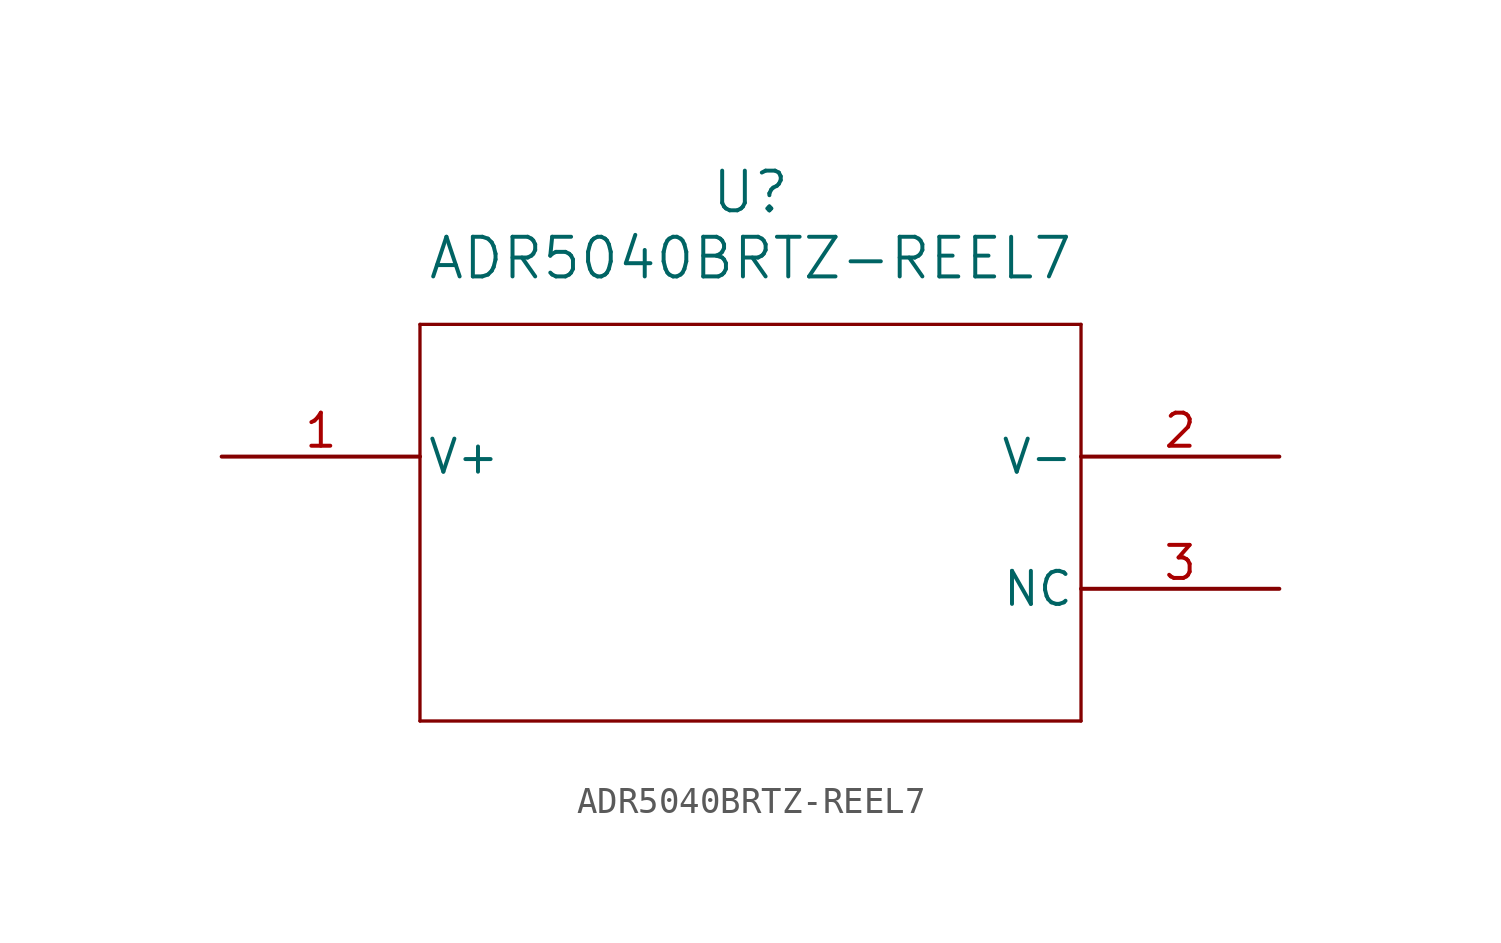
<source format=kicad_sym>
(kicad_symbol_lib
  (version 20211014)
  (generator kicad_symbol_editor)
  (symbol "ADR5040BRTZ-REEL7"
    (pin_names
      (offset 0.254))
    (property "Reference" "U"
      (at 20.32 10.16 0)
      (effects (font (size 1.524 1.524))))
    (property "Value" "ADR5040BRTZ-REEL7"
      (at 20.32 7.62 0)
      (effects (font (size 1.524 1.524))))
    (symbol "ADR5040BRTZ-REEL7_0_1"
      (polyline (pts (xy 7.62 5.08) (xy 7.62 -10.16)) (stroke (width 0.127) (type default) (color 0 0 0 0)) (fill (type none)))
      (polyline (pts (xy 7.62 -10.16) (xy 33.02 -10.16)) (stroke (width 0.127) (type default) (color 0 0 0 0)) (fill (type none)))
      (polyline (pts (xy 33.02 -10.16) (xy 33.02 5.08)) (stroke (width 0.127) (type default) (color 0 0 0 0)) (fill (type none)))
      (polyline (pts (xy 33.02 5.08) (xy 7.62 5.08)) (stroke (width 0.127) (type default) (color 0 0 0 0)) (fill (type none)))
      (pin unspecified line (at 40.64 -5.08 180) (length 7.62) (name "NC" (effects (font (size 1.27 1.27)))) (number "3" (effects (font (size 1.27 1.27)))))
      (pin unspecified line (at 40.64 0 180) (length 7.62) (name "V-" (effects (font (size 1.27 1.27)))) (number "2" (effects (font (size 1.27 1.27)))))
      (pin unspecified line (at 0 0 0) (length 7.62) (name "V+" (effects (font (size 1.27 1.27)))) (number "1" (effects (font (size 1.27 1.27))))))))
</source>
